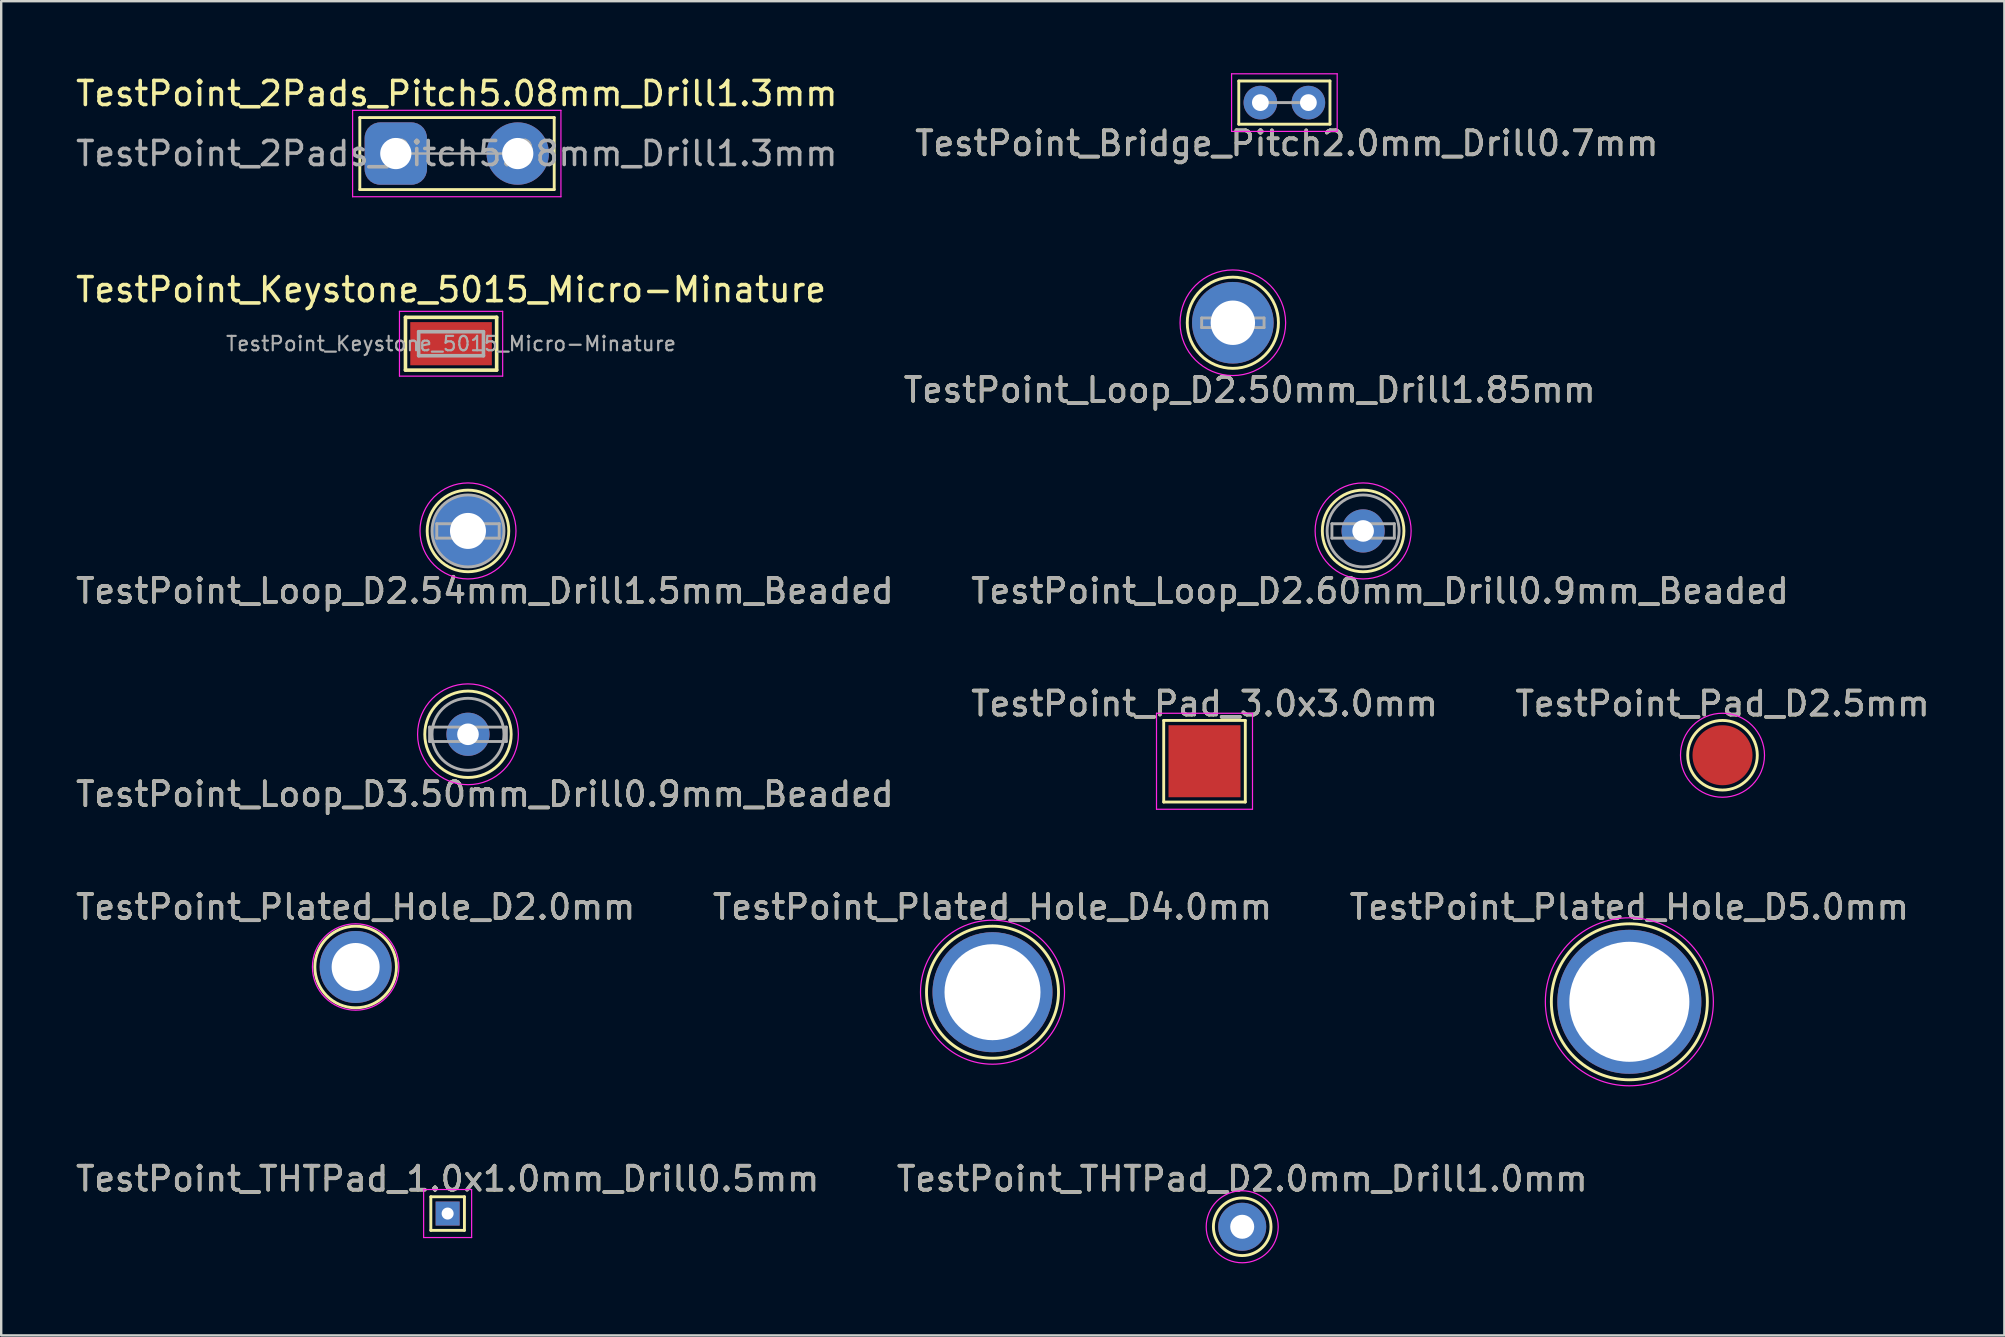
<source format=kicad_pcb>
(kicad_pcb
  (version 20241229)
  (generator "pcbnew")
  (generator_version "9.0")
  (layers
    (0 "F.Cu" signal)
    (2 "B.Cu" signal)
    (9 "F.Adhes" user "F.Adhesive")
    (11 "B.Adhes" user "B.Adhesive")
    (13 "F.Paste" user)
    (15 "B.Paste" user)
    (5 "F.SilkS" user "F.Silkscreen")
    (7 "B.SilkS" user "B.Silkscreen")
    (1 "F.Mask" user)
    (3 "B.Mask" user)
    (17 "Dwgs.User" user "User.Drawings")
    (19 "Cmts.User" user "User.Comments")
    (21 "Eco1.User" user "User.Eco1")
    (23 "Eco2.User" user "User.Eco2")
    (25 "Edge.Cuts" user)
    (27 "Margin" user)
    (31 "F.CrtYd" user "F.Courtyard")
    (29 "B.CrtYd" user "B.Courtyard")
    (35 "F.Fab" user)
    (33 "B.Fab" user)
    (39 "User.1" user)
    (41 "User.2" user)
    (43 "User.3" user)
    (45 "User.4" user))
  (footprint "TestPoint_Bridge_Pitch2.0mm_Drill0.7mm"
    (layer "F.Cu")
    (at 49.465 1.225)
    (property "Reference" "TestPoint_Bridge_Pitch2.0mm_Drill0.7mm" (at 1.1 1.7 0) (layer "F.SilkS") (effects (font (size 1 1) (thickness 0.15))))
    (attr through_hole)
    (fp_line (start -0.9 -0.9) (end -0.9 0.9) (stroke (width 0.12) (type solid)) (layer "F.SilkS"))
    (fp_line (start -0.9 0.9) (end 2.9 0.9) (stroke (width 0.12) (type solid)) (layer "F.SilkS"))
    (fp_line (start 2.9 -0.9) (end -0.9 -0.9) (stroke (width 0.12) (type solid)) (layer "F.SilkS"))
    (fp_line (start 2.9 0.9) (end 2.9 -0.9) (stroke (width 0.12) (type solid)) (layer "F.SilkS"))
    (fp_line (start -1.2 1.2) (end -1.2 -1.2) (stroke (width 0.05) (type solid)) (layer "F.CrtYd"))
    (fp_line (start -1.2 1.2) (end 3.2 1.2) (stroke (width 0.05) (type solid)) (layer "F.CrtYd"))
    (fp_line (start 3.2 -1.2) (end -1.2 -1.2) (stroke (width 0.05) (type solid)) (layer "F.CrtYd"))
    (fp_line (start 3.2 -1.2) (end 3.2 1.2) (stroke (width 0.05) (type solid)) (layer "F.CrtYd"))
    (fp_line (start 2 0) (end 0 0) (stroke (width 0.12) (type solid)) (layer "F.Fab"))
    (fp_text user "${REFERENCE}" (at 1.1 1.7 0) (layer "F.Fab") (effects (font (size 1 1) (thickness 0.15))))
    (pad "1" thru_hole circle (at 0 0) (size 1.4 1.4) (drill 0.7) (layers "*.Cu" "*.Mask"))
    (pad "1" thru_hole circle (at 2 0) (size 1.4 1.4) (drill 0.7) (layers "*.Cu" "*.Mask")))
  (footprint "TestPoint_THTPad_D2.0mm_Drill1.0mm"
    (layer "F.Cu")
    (at 48.708 48.065)
    (property "Reference" "TestPoint_THTPad_D2.0mm_Drill1.0mm" (at 0 -1.998 0) (layer "F.SilkS") (effects (font (size 1 1) (thickness 0.15))))
    (attr exclude_from_pos_files exclude_from_bom)
    (fp_circle (center 0 0) (end 0 1.2) (stroke (width 0.12) (type solid)) (fill no) (layer "F.SilkS"))
    (fp_circle (center 0 0) (end 1.5 0) (stroke (width 0.05) (type solid)) (fill no) (layer "F.CrtYd"))
    (fp_text user "${REFERENCE}" (at 0 -2 0) (layer "F.Fab") (effects (font (size 1 1) (thickness 0.15))))
    (pad "1" thru_hole circle (at 0 0) (size 2 2) (drill 1) (layers "*.Cu" "*.Mask")))
  (footprint "TestPoint_Loop_D3.50mm_Drill0.9mm_Beaded"
    (layer "F.Cu")
    (at 16.449 27.545)
    (property "Reference" "TestPoint_Loop_D3.50mm_Drill0.9mm_Beaded" (at 0.7 2.5 0) (layer "F.SilkS") (effects (font (size 1 1) (thickness 0.15))))
    (attr through_hole)
    (fp_circle (center 0 0) (end 1.8 0) (stroke (width 0.12) (type solid)) (fill no) (layer "F.SilkS"))
    (fp_circle (center 0 0) (end 2.1 0) (stroke (width 0.05) (type solid)) (fill no) (layer "F.CrtYd"))
    (fp_line (start -1.6 -0.3) (end -1.6 0.3) (stroke (width 0.12) (type solid)) (layer "F.Fab"))
    (fp_line (start -1.6 0.3) (end 1.6 0.3) (stroke (width 0.12) (type solid)) (layer "F.Fab"))
    (fp_line (start 1.6 -0.3) (end -1.6 -0.3) (stroke (width 0.12) (type solid)) (layer "F.Fab"))
    (fp_line (start 1.6 0.3) (end 1.6 -0.3) (stroke (width 0.12) (type solid)) (layer "F.Fab"))
    (fp_circle (center 0 0) (end 1.5 0) (stroke (width 0.12) (type solid)) (fill no) (layer "F.Fab"))
    (fp_text user "${REFERENCE}" (at 0.7 2.5 0) (layer "F.Fab") (effects (font (size 1 1) (thickness 0.15))))
    (pad "1" thru_hole circle (at 0 0) (size 1.8 1.8) (drill 0.9) (layers "*.Cu" "*.Mask")))
  (footprint "TestPoint_Loop_D2.50mm_Drill1.85mm"
    (layer "F.Cu")
    (at 48.318 10.398)
    (property "Reference" "TestPoint_Loop_D2.50mm_Drill1.85mm" (at 0.7 2.8 0) (layer "F.SilkS") (effects (font (size 1 1) (thickness 0.15))))
    (attr through_hole)
    (fp_circle (center 0 0) (end 1.9 0) (stroke (width 0.12) (type solid)) (fill no) (layer "F.SilkS"))
    (fp_circle (center 0 0) (end 2.2 0) (stroke (width 0.05) (type solid)) (fill no) (layer "F.CrtYd"))
    (fp_line (start -1.3 -0.2) (end -1.3 0.2) (stroke (width 0.12) (type solid)) (layer "F.Fab"))
    (fp_line (start -1.3 0.2) (end 1.3 0.2) (stroke (width 0.12) (type solid)) (layer "F.Fab"))
    (fp_line (start 1.3 -0.2) (end -1.3 -0.2) (stroke (width 0.12) (type solid)) (layer "F.Fab"))
    (fp_line (start 1.3 0.2) (end 1.3 -0.2) (stroke (width 0.12) (type solid)) (layer "F.Fab"))
    (fp_text user "${REFERENCE}" (at 0.7 2.8 0) (layer "F.Fab") (effects (font (size 1 1) (thickness 0.15))))
    (pad "1" thru_hole circle (at 0 0) (size 3.4 3.4) (drill 1.85) (layers "*.Cu" "*.Mask")))
  (footprint "TestPoint_Keystone_5015_Micro-Minature"
    (layer "F.Cu")
    (at 15.744 11.271)
    (property "Reference" "TestPoint_Keystone_5015_Micro-Minature" (at 0 -2.25 0) (layer "F.SilkS") (effects (font (size 1 1) (thickness 0.15))))
    (attr smd)
    (fp_line (start -1.9 -1.1) (end 1.9 -1.1) (stroke (width 0.15) (type solid)) (layer "F.SilkS"))
    (fp_line (start -1.9 1.1) (end -1.9 -1.1) (stroke (width 0.15) (type solid)) (layer "F.SilkS"))
    (fp_line (start 1.9 -1.1) (end 1.9 1.1) (stroke (width 0.15) (type solid)) (layer "F.SilkS"))
    (fp_line (start 1.9 1.1) (end -1.9 1.1) (stroke (width 0.15) (type solid)) (layer "F.SilkS"))
    (fp_line (start -2.15 -1.35) (end 2.15 -1.35) (stroke (width 0.05) (type solid)) (layer "F.CrtYd"))
    (fp_line (start -2.15 1.35) (end -2.15 -1.35) (stroke (width 0.05) (type solid)) (layer "F.CrtYd"))
    (fp_line (start 2.15 -1.35) (end 2.15 1.35) (stroke (width 0.05) (type solid)) (layer "F.CrtYd"))
    (fp_line (start 2.15 1.35) (end -2.15 1.35) (stroke (width 0.05) (type solid)) (layer "F.CrtYd"))
    (fp_line (start -1.35 0.5) (end -1.35 -0.5) (stroke (width 0.15) (type solid)) (layer "F.Fab"))
    (fp_line (start -1.35 0.5) (end 1.35 0.5) (stroke (width 0.15) (type solid)) (layer "F.Fab"))
    (fp_line (start 1.35 -0.5) (end -1.35 -0.5) (stroke (width 0.15) (type solid)) (layer "F.Fab"))
    (fp_line (start 1.35 -0.5) (end 1.35 0.5) (stroke (width 0.15) (type solid)) (layer "F.Fab"))
    (fp_text user "${REFERENCE}" (at 0 0 0) (layer "F.Fab") (effects (font (size 0.6 0.6) (thickness 0.09))))
    (pad "1" smd rect (at 0 0) (size 3.4 1.8) (layers "F.Cu" "F.Mask" "F.Paste")))
  (footprint "TestPoint_Loop_D2.60mm_Drill0.9mm_Beaded"
    (layer "F.Cu")
    (at 53.746 19.072)
    (property "Reference" "TestPoint_Loop_D2.60mm_Drill0.9mm_Beaded" (at 0.7 2.5 0) (layer "F.SilkS") (effects (font (size 1 1) (thickness 0.15))))
    (attr through_hole)
    (fp_circle (center 0 0) (end 1.7 0) (stroke (width 0.12) (type solid)) (fill no) (layer "F.SilkS"))
    (fp_circle (center 0 0) (end 2 0) (stroke (width 0.05) (type solid)) (fill no) (layer "F.CrtYd"))
    (fp_line (start -1.3 -0.3) (end -1.3 0.3) (stroke (width 0.12) (type solid)) (layer "F.Fab"))
    (fp_line (start -1.3 0.3) (end 1.3 0.3) (stroke (width 0.12) (type solid)) (layer "F.Fab"))
    (fp_line (start 1.3 -0.3) (end -1.3 -0.3) (stroke (width 0.12) (type solid)) (layer "F.Fab"))
    (fp_line (start 1.3 0.3) (end 1.3 -0.3) (stroke (width 0.12) (type solid)) (layer "F.Fab"))
    (fp_circle (center 0 0) (end 1.5 0) (stroke (width 0.12) (type solid)) (fill no) (layer "F.Fab"))
    (fp_text user "${REFERENCE}" (at 0.7 2.5 0) (layer "F.Fab") (effects (font (size 1 1) (thickness 0.15))))
    (pad "1" thru_hole circle (at 0 0) (size 1.8 1.8) (drill 0.9) (layers "*.Cu" "*.Mask")))
  (footprint "TestPoint_Loop_D2.54mm_Drill1.5mm_Beaded"
    (layer "F.Cu")
    (at 16.449 19.072)
    (property "Reference" "TestPoint_Loop_D2.54mm_Drill1.5mm_Beaded" (at 0.7 2.5 0) (layer "F.SilkS") (effects (font (size 1 1) (thickness 0.15))))
    (attr through_hole)
    (fp_circle (center 0 0) (end 1.7 0) (stroke (width 0.12) (type solid)) (fill no) (layer "F.SilkS"))
    (fp_circle (center 0 0) (end 2 0) (stroke (width 0.05) (type solid)) (fill no) (layer "F.CrtYd"))
    (fp_line (start -1.3 -0.3) (end -1.3 0.3) (stroke (width 0.12) (type solid)) (layer "F.Fab"))
    (fp_line (start -1.3 0.3) (end 1.3 0.3) (stroke (width 0.12) (type solid)) (layer "F.Fab"))
    (fp_line (start 1.3 -0.3) (end -1.3 -0.3) (stroke (width 0.12) (type solid)) (layer "F.Fab"))
    (fp_line (start 1.3 0.3) (end 1.3 -0.3) (stroke (width 0.12) (type solid)) (layer "F.Fab"))
    (fp_circle (center 0 0) (end 1.5 0) (stroke (width 0.12) (type solid)) (fill no) (layer "F.Fab"))
    (fp_text user "${REFERENCE}" (at 0.7 2.5 0) (layer "F.Fab") (effects (font (size 1 1) (thickness 0.15))))
    (pad "1" thru_hole circle (at 0 0) (size 3 3) (drill 1.5) (layers "*.Cu" "*.Mask")))
  (footprint "TestPoint_Plated_Hole_D5.0mm"
    (layer "F.Cu")
    (at 64.839 38.691)
    (property "Reference" "TestPoint_Plated_Hole_D5.0mm" (at 0 -3.948 0) (layer "F.SilkS") (effects (font (size 1 1) (thickness 0.15))))
    (attr exclude_from_pos_files exclude_from_bom)
    (fp_circle (center 0 0) (end 0 3.25) (stroke (width 0.12) (type solid)) (fill no) (layer "F.SilkS"))
    (fp_circle (center 0 0) (end 3.5 0) (stroke (width 0.05) (type solid)) (fill no) (layer "F.CrtYd"))
    (fp_text user "${REFERENCE}" (at 0 -3.95 0) (layer "F.Fab") (effects (font (size 1 1) (thickness 0.15))))
    (pad "1" thru_hole circle (at 0 0) (size 6 6) (drill 5) (layers "*.Cu" "*.Mask")))
  (footprint "TestPoint_Plated_Hole_D2.0mm"
    (layer "F.Cu")
    (at 11.768 37.241)
    (property "Reference" "TestPoint_Plated_Hole_D2.0mm" (at 0 -2.498 0) (layer "F.SilkS") (effects (font (size 1 1) (thickness 0.15))))
    (attr exclude_from_pos_files exclude_from_bom)
    (fp_circle (center 0 0) (end 0 -1.7) (stroke (width 0.12) (type solid)) (fill no) (layer "F.SilkS"))
    (fp_circle (center 0 0) (end 1.8 0) (stroke (width 0.05) (type solid)) (fill no) (layer "F.CrtYd"))
    (fp_text user "${REFERENCE}" (at 0 -2.5 0) (layer "F.Fab") (effects (font (size 1 1) (thickness 0.15))))
    (pad "1" thru_hole circle (at 0 0) (size 3 3) (drill 2) (layers "*.Cu" "*.Mask")))
  (footprint "TestPoint_THTPad_1.0x1.0mm_Drill0.5mm"
    (layer "F.Cu")
    (at 15.601 47.514)
    (property "Reference" "TestPoint_THTPad_1.0x1.0mm_Drill0.5mm" (at 0 -1.448 0) (layer "F.SilkS") (effects (font (size 1 1) (thickness 0.15))))
    (attr exclude_from_pos_files exclude_from_bom)
    (fp_line (start -0.7 -0.7) (end 0.7 -0.7) (stroke (width 0.12) (type solid)) (layer "F.SilkS"))
    (fp_line (start -0.7 0.7) (end -0.7 -0.7) (stroke (width 0.12) (type solid)) (layer "F.SilkS"))
    (fp_line (start 0.7 -0.7) (end 0.7 0.7) (stroke (width 0.12) (type solid)) (layer "F.SilkS"))
    (fp_line (start 0.7 0.7) (end -0.7 0.7) (stroke (width 0.12) (type solid)) (layer "F.SilkS"))
    (fp_line (start -1 -1) (end -1 1) (stroke (width 0.05) (type solid)) (layer "F.CrtYd"))
    (fp_line (start -1 -1) (end 1 -1) (stroke (width 0.05) (type solid)) (layer "F.CrtYd"))
    (fp_line (start 1 1) (end -1 1) (stroke (width 0.05) (type solid)) (layer "F.CrtYd"))
    (fp_line (start 1 1) (end 1 -1) (stroke (width 0.05) (type solid)) (layer "F.CrtYd"))
    (fp_text user "${REFERENCE}" (at 0 -1.45 0) (layer "F.Fab") (effects (font (size 1 1) (thickness 0.15))))
    (pad "1" thru_hole rect (at 0 0) (size 1 1) (drill 0.5) (layers "*.Cu" "*.Mask")))
  (footprint "TestPoint_2Pads_Pitch5.08mm_Drill1.3mm"
    (layer "F.Cu")
    (at 13.442 3.348)
    (property "Reference" "TestPoint_2Pads_Pitch5.08mm_Drill1.3mm" (at 2.54 -2.5 0) (layer "F.SilkS") (effects (font (size 1 1) (thickness 0.15))))
    (attr exclude_from_pos_files exclude_from_bom)
    (fp_line (start -1.5 -1.5) (end -1.5 1.5) (stroke (width 0.12) (type solid)) (layer "F.SilkS"))
    (fp_line (start -1.5 -1.5) (end 6.6 -1.5) (stroke (width 0.12) (type solid)) (layer "F.SilkS"))
    (fp_line (start 6.6 1.5) (end -1.5 1.5) (stroke (width 0.12) (type solid)) (layer "F.SilkS"))
    (fp_line (start 6.6 1.5) (end 6.6 -1.5) (stroke (width 0.12) (type solid)) (layer "F.SilkS"))
    (fp_line (start -1.8 -1.8) (end -1.8 1.8) (stroke (width 0.05) (type solid)) (layer "F.CrtYd"))
    (fp_line (start -1.8 -1.8) (end 6.88 -1.8) (stroke (width 0.05) (type solid)) (layer "F.CrtYd"))
    (fp_line (start 6.88 1.8) (end -1.8 1.8) (stroke (width 0.05) (type solid)) (layer "F.CrtYd"))
    (fp_line (start 6.88 1.8) (end 6.88 -1.8) (stroke (width 0.05) (type solid)) (layer "F.CrtYd"))
    (fp_line (start 5.08 0) (end 0 0) (stroke (width 0.1) (type solid)) (layer "F.Fab"))
    (fp_text user "${REFERENCE}" (at 2.54 0 0) (layer "F.Fab") (effects (font (size 1 1) (thickness 0.15))))
    (pad "1" thru_hole roundrect (at 0 0) (size 2.6 2.6) (drill 1.3) (layers "*.Cu" "*.Mask") (roundrect_rratio 0.25))
    (pad "2" thru_hole circle (at 5.08 0) (size 2.6 2.6) (drill 1.3) (layers "*.Cu" "*.Mask")))
  (footprint "TestPoint_Pad_3.0x3.0mm"
    (layer "F.Cu")
    (at 47.137 28.668)
    (property "Reference" "TestPoint_Pad_3.0x3.0mm" (at 0 -2.398 0) (layer "F.SilkS") (effects (font (size 1 1) (thickness 0.15))))
    (attr exclude_from_pos_files exclude_from_bom)
    (fp_line (start -1.7 -1.7) (end 1.7 -1.7) (stroke (width 0.12) (type solid)) (layer "F.SilkS"))
    (fp_line (start -1.7 1.7) (end -1.7 -1.7) (stroke (width 0.12) (type solid)) (layer "F.SilkS"))
    (fp_line (start 1.7 -1.7) (end 1.7 1.7) (stroke (width 0.12) (type solid)) (layer "F.SilkS"))
    (fp_line (start 1.7 1.7) (end -1.7 1.7) (stroke (width 0.12) (type solid)) (layer "F.SilkS"))
    (fp_line (start -2 -2) (end -2 2) (stroke (width 0.05) (type solid)) (layer "F.CrtYd"))
    (fp_line (start -2 -2) (end 2 -2) (stroke (width 0.05) (type solid)) (layer "F.CrtYd"))
    (fp_line (start 2 2) (end -2 2) (stroke (width 0.05) (type solid)) (layer "F.CrtYd"))
    (fp_line (start 2 2) (end 2 -2) (stroke (width 0.05) (type solid)) (layer "F.CrtYd"))
    (fp_text user "${REFERENCE}" (at 0 -2.4 0) (layer "F.Fab") (effects (font (size 1 1) (thickness 0.15))))
    (pad "1" smd rect (at 0 0) (size 3 3) (layers "F.Cu" "F.Mask")))
  (footprint "TestPoint_Plated_Hole_D4.0mm"
    (layer "F.Cu")
    (at 38.304 38.291)
    (property "Reference" "TestPoint_Plated_Hole_D4.0mm" (at 0 -3.548 0) (layer "F.SilkS") (effects (font (size 1 1) (thickness 0.15))))
    (attr exclude_from_pos_files exclude_from_bom)
    (fp_circle (center 0 0) (end 0 2.75) (stroke (width 0.12) (type solid)) (fill no) (layer "F.SilkS"))
    (fp_circle (center 0 0) (end 3 0) (stroke (width 0.05) (type solid)) (fill no) (layer "F.CrtYd"))
    (fp_text user "${REFERENCE}" (at 0 -3.55 0) (layer "F.Fab") (effects (font (size 1 1) (thickness 0.15))))
    (pad "1" thru_hole circle (at 0 0) (size 5 5) (drill 4) (layers "*.Cu" "*.Mask")))
  (footprint "TestPoint_Pad_D2.5mm"
    (layer "F.Cu")
    (at 68.72 28.418)
    (property "Reference" "TestPoint_Pad_D2.5mm" (at 0 -2.148 0) (layer "F.SilkS") (effects (font (size 1 1) (thickness 0.15))))
    (attr exclude_from_pos_files exclude_from_bom)
    (fp_circle (center 0 0) (end 0 1.45) (stroke (width 0.12) (type solid)) (fill no) (layer "F.SilkS"))
    (fp_circle (center 0 0) (end 1.75 0) (stroke (width 0.05) (type solid)) (fill no) (layer "F.CrtYd"))
    (fp_text user "${REFERENCE}" (at 0 -2.15 0) (layer "F.Fab") (effects (font (size 1 1) (thickness 0.15))))
    (pad "1" smd circle (at 0 0) (size 2.5 2.5) (layers "F.Cu" "F.Mask")))
  (gr_rect
    (start -3 -3)
    (end 80.464 52.59)
    (stroke (width 0.1) (type default))
    (fill no)
    (layer "Edge.Cuts")))
</source>
